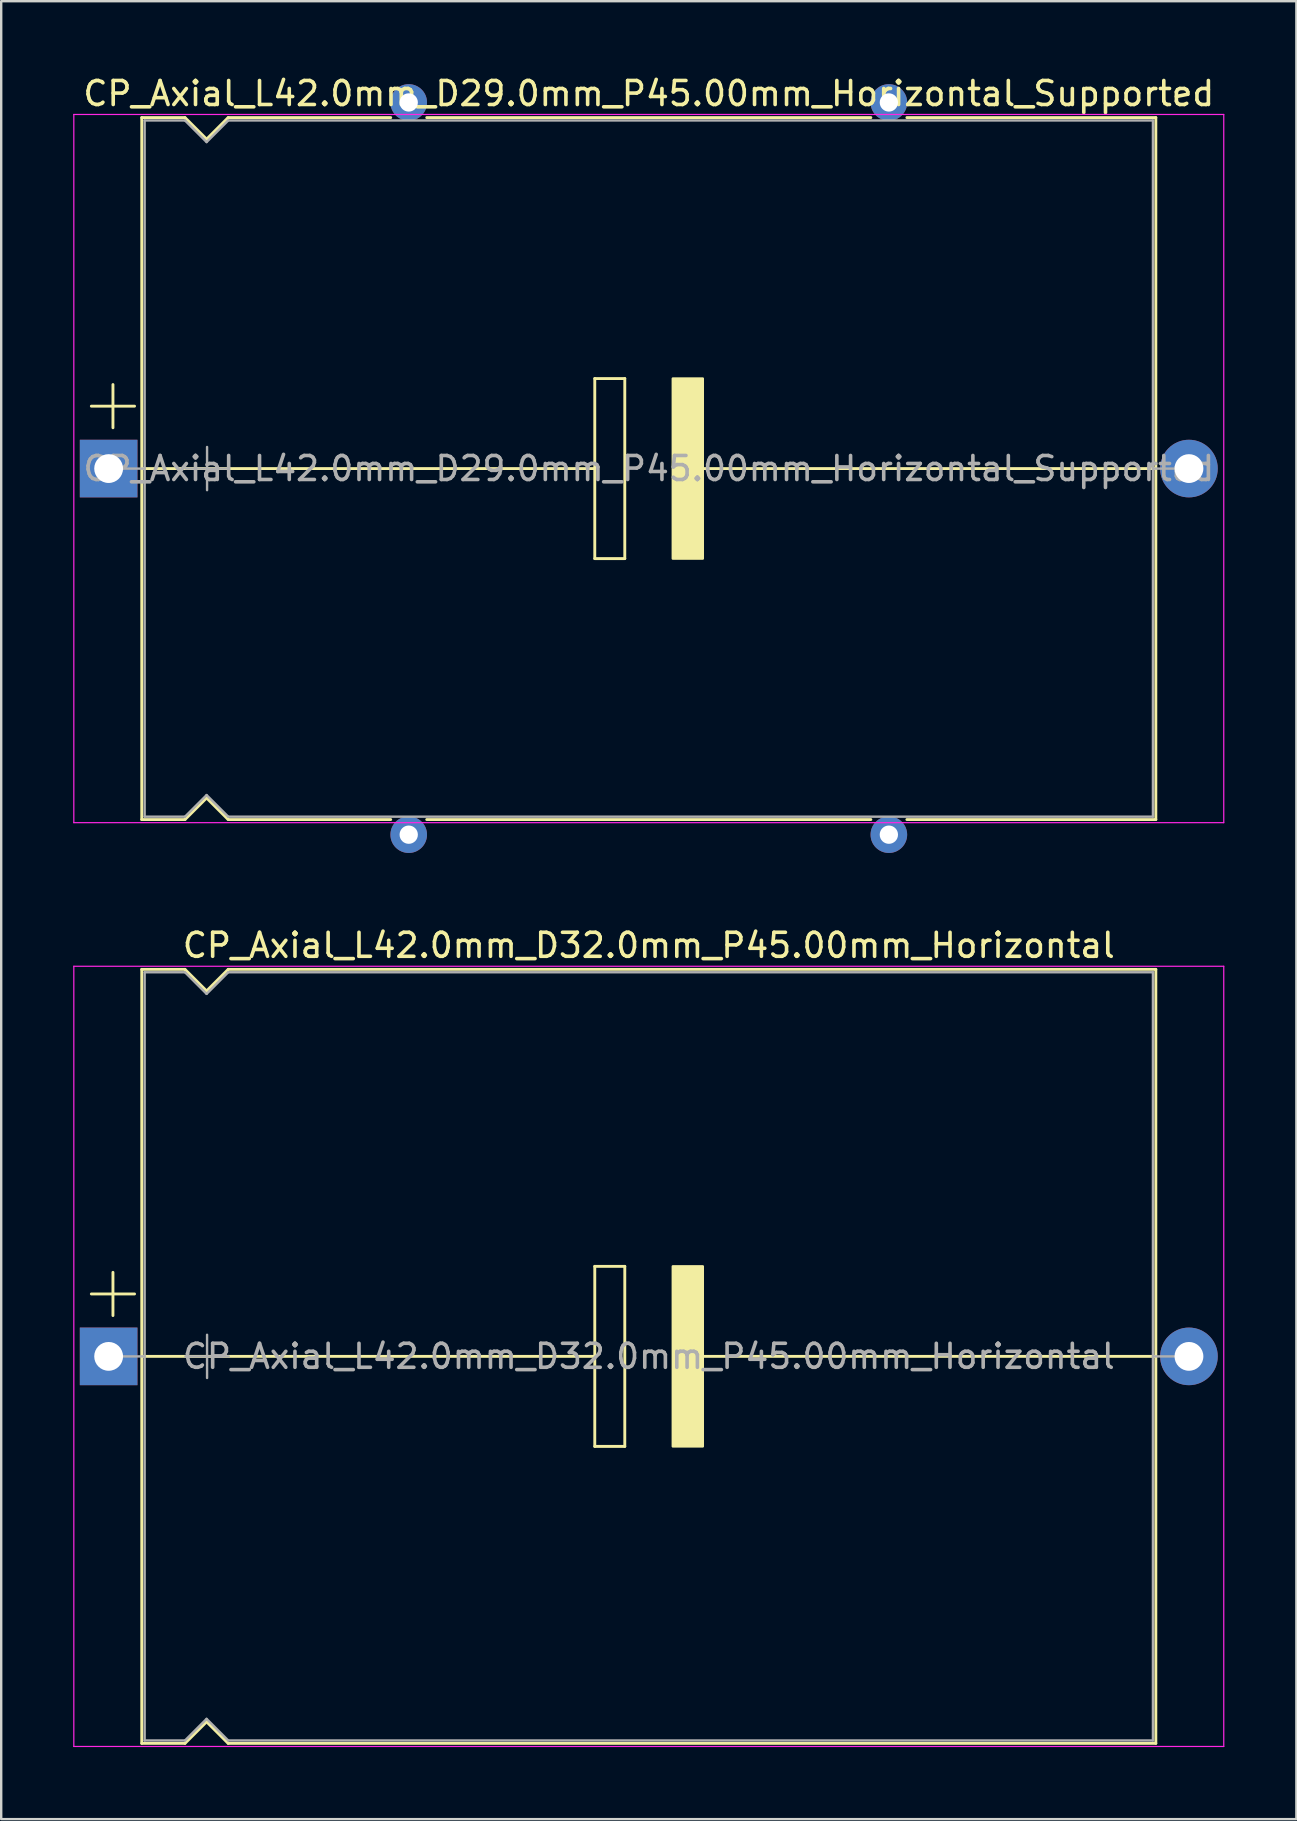
<source format=kicad_pcb>
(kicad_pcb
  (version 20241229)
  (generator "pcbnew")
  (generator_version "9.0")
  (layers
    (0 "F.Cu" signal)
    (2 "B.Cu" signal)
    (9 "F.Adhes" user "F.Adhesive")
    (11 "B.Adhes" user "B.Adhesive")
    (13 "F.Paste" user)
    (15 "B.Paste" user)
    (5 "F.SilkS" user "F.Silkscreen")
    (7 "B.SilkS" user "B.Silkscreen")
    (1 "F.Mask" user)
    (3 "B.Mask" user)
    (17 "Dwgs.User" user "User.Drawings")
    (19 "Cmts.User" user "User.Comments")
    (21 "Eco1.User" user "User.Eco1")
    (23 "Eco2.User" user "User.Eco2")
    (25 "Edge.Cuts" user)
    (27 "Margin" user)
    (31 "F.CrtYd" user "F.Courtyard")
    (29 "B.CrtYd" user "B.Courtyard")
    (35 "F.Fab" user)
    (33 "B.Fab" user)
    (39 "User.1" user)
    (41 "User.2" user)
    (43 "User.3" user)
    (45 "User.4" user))
  (footprint "CP_Axial_L42.0mm_D32.0mm_P45.00mm_Horizontal"
    (layer "F.Cu")
    (at 1.475 53.449)
    (property "Reference" "CP_Axial_L42.0mm_D32.0mm_P45.00mm_Horizontal" (at 22.5 -17.12 0) (layer "F.SilkS") (effects (font (size 1 1) (thickness 0.15))))
    (attr through_hole)
    (fp_line (start -0.72 -2.6) (end 1.08 -2.6) (stroke (width 0.12) (type solid)) (layer "F.SilkS"))
    (fp_line (start 0.18 -3.5) (end 0.18 -1.7) (stroke (width 0.12) (type solid)) (layer "F.SilkS"))
    (fp_line (start 1.38 -16.12) (end 1.38 16.12) (stroke (width 0.12) (type solid)) (layer "F.SilkS"))
    (fp_line (start 1.38 -16.12) (end 3.18 -16.12) (stroke (width 0.12) (type solid)) (layer "F.SilkS"))
    (fp_line (start 1.38 16.12) (end 3.18 16.12) (stroke (width 0.12) (type solid)) (layer "F.SilkS"))
    (fp_line (start 1.397 0) (end 20.25 0) (stroke (width 0.12) (type solid)) (layer "F.SilkS"))
    (fp_line (start 3.18 -16.12) (end 4.08 -15.22) (stroke (width 0.12) (type solid)) (layer "F.SilkS"))
    (fp_line (start 3.18 16.12) (end 4.08 15.22) (stroke (width 0.12) (type solid)) (layer "F.SilkS"))
    (fp_line (start 4.08 -15.22) (end 4.98 -16.12) (stroke (width 0.12) (type solid)) (layer "F.SilkS"))
    (fp_line (start 4.08 15.22) (end 4.98 16.12) (stroke (width 0.12) (type solid)) (layer "F.SilkS"))
    (fp_line (start 4.98 -16.12) (end 43.62 -16.12) (stroke (width 0.12) (type solid)) (layer "F.SilkS"))
    (fp_line (start 4.98 16.12) (end 43.62 16.12) (stroke (width 0.12) (type solid)) (layer "F.SilkS"))
    (fp_line (start 20.25 -3.75) (end 21.5 -3.75) (stroke (width 0.12) (type solid)) (layer "F.SilkS"))
    (fp_line (start 20.25 0) (end 20.25 -3.75) (stroke (width 0.12) (type solid)) (layer "F.SilkS"))
    (fp_line (start 20.25 3.75) (end 20.25 0) (stroke (width 0.12) (type solid)) (layer "F.SilkS"))
    (fp_line (start 21.5 -3.75) (end 21.5 3.75) (stroke (width 0.12) (type solid)) (layer "F.SilkS"))
    (fp_line (start 21.5 3.75) (end 20.25 3.75) (stroke (width 0.12) (type solid)) (layer "F.SilkS"))
    (fp_line (start 24.75 0) (end 43.561 0) (stroke (width 0.12) (type solid)) (layer "F.SilkS"))
    (fp_line (start 43.62 -16.12) (end 43.62 16.12) (stroke (width 0.12) (type solid)) (layer "F.SilkS"))
    (fp_poly (pts (xy 24.75 3.75) (xy 23.5 3.75) (xy 23.5 -3.75) (xy 24.75 -3.75)) (stroke (width 0.1) (type solid)) (fill yes) (layer "F.SilkS"))
    (fp_line (start -1.45 -16.25) (end -1.45 16.25) (stroke (width 0.05) (type solid)) (layer "F.CrtYd"))
    (fp_line (start -1.45 16.25) (end 46.45 16.25) (stroke (width 0.05) (type solid)) (layer "F.CrtYd"))
    (fp_line (start 46.45 -16.25) (end -1.45 -16.25) (stroke (width 0.05) (type solid)) (layer "F.CrtYd"))
    (fp_line (start 46.45 16.25) (end 46.45 -16.25) (stroke (width 0.05) (type solid)) (layer "F.CrtYd"))
    (fp_line (start 0 0) (end 1.5 0) (stroke (width 0.1) (type solid)) (layer "F.Fab"))
    (fp_line (start 1.5 -16) (end 1.5 16) (stroke (width 0.1) (type solid)) (layer "F.Fab"))
    (fp_line (start 1.5 -16) (end 3.18 -16) (stroke (width 0.1) (type solid)) (layer "F.Fab"))
    (fp_line (start 1.5 16) (end 3.18 16) (stroke (width 0.1) (type solid)) (layer "F.Fab"))
    (fp_line (start 3.18 -16) (end 4.08 -15.1) (stroke (width 0.1) (type solid)) (layer "F.Fab"))
    (fp_line (start 3.18 16) (end 4.08 15.1) (stroke (width 0.1) (type solid)) (layer "F.Fab"))
    (fp_line (start 3.2 0) (end 5 0) (stroke (width 0.1) (type solid)) (layer "F.Fab"))
    (fp_line (start 4.08 -15.1) (end 4.98 -16) (stroke (width 0.1) (type solid)) (layer "F.Fab"))
    (fp_line (start 4.08 15.1) (end 4.98 16) (stroke (width 0.1) (type solid)) (layer "F.Fab"))
    (fp_line (start 4.1 -0.9) (end 4.1 0.9) (stroke (width 0.1) (type solid)) (layer "F.Fab"))
    (fp_line (start 4.98 -16) (end 43.5 -16) (stroke (width 0.1) (type solid)) (layer "F.Fab"))
    (fp_line (start 4.98 16) (end 43.5 16) (stroke (width 0.1) (type solid)) (layer "F.Fab"))
    (fp_line (start 43.5 -16) (end 43.5 16) (stroke (width 0.1) (type solid)) (layer "F.Fab"))
    (fp_line (start 45 0) (end 43.5 0) (stroke (width 0.1) (type solid)) (layer "F.Fab"))
    (fp_text user "${REFERENCE}" (at 22.5 0 0) (layer "F.Fab") (effects (font (size 1 1) (thickness 0.15))))
    (pad "1" thru_hole rect (at 0 0) (size 2.4 2.4) (drill 1.2) (layers "*.Cu" "*.Mask"))
    (pad "2" thru_hole oval (at 45 0) (size 2.4 2.4) (drill 1.2) (layers "*.Cu" "*.Mask")))
  (footprint "CP_Axial_L42.0mm_D29.0mm_P45.00mm_Horizontal_Supported"
    (layer "F.Cu")
    (at 1.475 16.468)
    (property "Reference" "CP_Axial_L42.0mm_D29.0mm_P45.00mm_Horizontal_Supported" (at 22.5 -15.62 0) (layer "F.SilkS") (effects (font (size 1 1) (thickness 0.15))))
    (attr through_hole)
    (fp_line (start -0.72 -2.6) (end 1.08 -2.6) (stroke (width 0.12) (type solid)) (layer "F.SilkS"))
    (fp_line (start 0.18 -3.5) (end 0.18 -1.7) (stroke (width 0.12) (type solid)) (layer "F.SilkS"))
    (fp_line (start 1.38 -14.62) (end 1.38 14.62) (stroke (width 0.12) (type solid)) (layer "F.SilkS"))
    (fp_line (start 1.38 -14.62) (end 3.18 -14.62) (stroke (width 0.12) (type solid)) (layer "F.SilkS"))
    (fp_line (start 1.38 14.62) (end 3.18 14.62) (stroke (width 0.12) (type solid)) (layer "F.SilkS"))
    (fp_line (start 1.397 0) (end 20.25 0) (stroke (width 0.12) (type solid)) (layer "F.SilkS"))
    (fp_line (start 3.18 -14.62) (end 4.08 -13.72) (stroke (width 0.12) (type solid)) (layer "F.SilkS"))
    (fp_line (start 3.18 14.62) (end 4.08 13.72) (stroke (width 0.12) (type solid)) (layer "F.SilkS"))
    (fp_line (start 4.08 -13.72) (end 4.98 -14.62) (stroke (width 0.12) (type solid)) (layer "F.SilkS"))
    (fp_line (start 4.08 13.72) (end 4.98 14.62) (stroke (width 0.12) (type solid)) (layer "F.SilkS"))
    (fp_line (start 4.98 -14.62) (end 11.75 -14.62) (stroke (width 0.12) (type solid)) (layer "F.SilkS"))
    (fp_line (start 4.98 14.62) (end 11.75 14.62) (stroke (width 0.12) (type solid)) (layer "F.SilkS"))
    (fp_line (start 13.25 -14.62) (end 31.75 -14.62) (stroke (width 0.12) (type solid)) (layer "F.SilkS"))
    (fp_line (start 13.25 14.62) (end 31.75 14.62) (stroke (width 0.12) (type solid)) (layer "F.SilkS"))
    (fp_line (start 20.25 -3.75) (end 21.5 -3.75) (stroke (width 0.12) (type solid)) (layer "F.SilkS"))
    (fp_line (start 20.25 0) (end 20.25 -3.75) (stroke (width 0.12) (type solid)) (layer "F.SilkS"))
    (fp_line (start 20.25 3.75) (end 20.25 0) (stroke (width 0.12) (type solid)) (layer "F.SilkS"))
    (fp_line (start 21.5 -3.75) (end 21.5 3.75) (stroke (width 0.12) (type solid)) (layer "F.SilkS"))
    (fp_line (start 21.5 3.75) (end 20.25 3.75) (stroke (width 0.12) (type solid)) (layer "F.SilkS"))
    (fp_line (start 24.75 0) (end 43.561 0) (stroke (width 0.12) (type solid)) (layer "F.SilkS"))
    (fp_line (start 33.25 -14.62) (end 43.62 -14.62) (stroke (width 0.12) (type solid)) (layer "F.SilkS"))
    (fp_line (start 33.25 14.62) (end 43.62 14.62) (stroke (width 0.12) (type solid)) (layer "F.SilkS"))
    (fp_line (start 43.62 -14.62) (end 43.62 14.62) (stroke (width 0.12) (type solid)) (layer "F.SilkS"))
    (fp_poly (pts (xy 24.75 3.75) (xy 23.5 3.75) (xy 23.5 -3.75) (xy 24.75 -3.75)) (stroke (width 0.1) (type solid)) (fill yes) (layer "F.SilkS"))
    (fp_line (start -1.45 -14.75) (end -1.45 14.75) (stroke (width 0.05) (type solid)) (layer "F.CrtYd"))
    (fp_line (start -1.45 14.75) (end 46.45 14.75) (stroke (width 0.05) (type solid)) (layer "F.CrtYd"))
    (fp_line (start 46.45 -14.75) (end -1.45 -14.75) (stroke (width 0.05) (type solid)) (layer "F.CrtYd"))
    (fp_line (start 46.45 14.75) (end 46.45 -14.75) (stroke (width 0.05) (type solid)) (layer "F.CrtYd"))
    (fp_line (start 0 0) (end 1.5 0) (stroke (width 0.1) (type solid)) (layer "F.Fab"))
    (fp_line (start 1.5 -14.5) (end 1.5 14.5) (stroke (width 0.1) (type solid)) (layer "F.Fab"))
    (fp_line (start 1.5 -14.5) (end 3.18 -14.5) (stroke (width 0.1) (type solid)) (layer "F.Fab"))
    (fp_line (start 1.5 14.5) (end 3.18 14.5) (stroke (width 0.1) (type solid)) (layer "F.Fab"))
    (fp_line (start 3.18 -14.5) (end 4.08 -13.6) (stroke (width 0.1) (type solid)) (layer "F.Fab"))
    (fp_line (start 3.18 14.5) (end 4.08 13.6) (stroke (width 0.1) (type solid)) (layer "F.Fab"))
    (fp_line (start 3.2 0) (end 5 0) (stroke (width 0.1) (type solid)) (layer "F.Fab"))
    (fp_line (start 4.08 -13.6) (end 4.98 -14.5) (stroke (width 0.1) (type solid)) (layer "F.Fab"))
    (fp_line (start 4.08 13.6) (end 4.98 14.5) (stroke (width 0.1) (type solid)) (layer "F.Fab"))
    (fp_line (start 4.1 -0.9) (end 4.1 0.9) (stroke (width 0.1) (type solid)) (layer "F.Fab"))
    (fp_line (start 4.98 -14.5) (end 43.5 -14.5) (stroke (width 0.1) (type solid)) (layer "F.Fab"))
    (fp_line (start 4.98 14.5) (end 43.5 14.5) (stroke (width 0.1) (type solid)) (layer "F.Fab"))
    (fp_line (start 43.5 -14.5) (end 43.5 14.5) (stroke (width 0.1) (type solid)) (layer "F.Fab"))
    (fp_line (start 45 0) (end 43.5 0) (stroke (width 0.1) (type solid)) (layer "F.Fab"))
    (fp_text user "${REFERENCE}" (at 22.5 0 0) (layer "F.Fab") (effects (font (size 1 1) (thickness 0.15))))
    (pad "" thru_hole circle (at 12.5 -15.25) (size 1.524 1.524) (drill 0.762) (layers "*.Cu" "*.Mask"))
    (pad "" thru_hole circle (at 12.5 15.25) (size 1.524 1.524) (drill 0.762) (layers "*.Cu" "*.Mask"))
    (pad "" thru_hole circle (at 32.5 -15.25) (size 1.524 1.524) (drill 0.762) (layers "*.Cu" "*.Mask"))
    (pad "" thru_hole circle (at 32.5 15.25) (size 1.524 1.524) (drill 0.762) (layers "*.Cu" "*.Mask"))
    (pad "1" thru_hole rect (at 0 0) (size 2.4 2.4) (drill 1.2) (layers "*.Cu" "*.Mask"))
    (pad "2" thru_hole oval (at 45 0) (size 2.4 2.4) (drill 1.2) (layers "*.Cu" "*.Mask")))
  (gr_rect
    (start -3 -3)
    (end 50.95 72.724)
    (stroke (width 0.1) (type default))
    (fill no)
    (layer "Edge.Cuts")))
</source>
